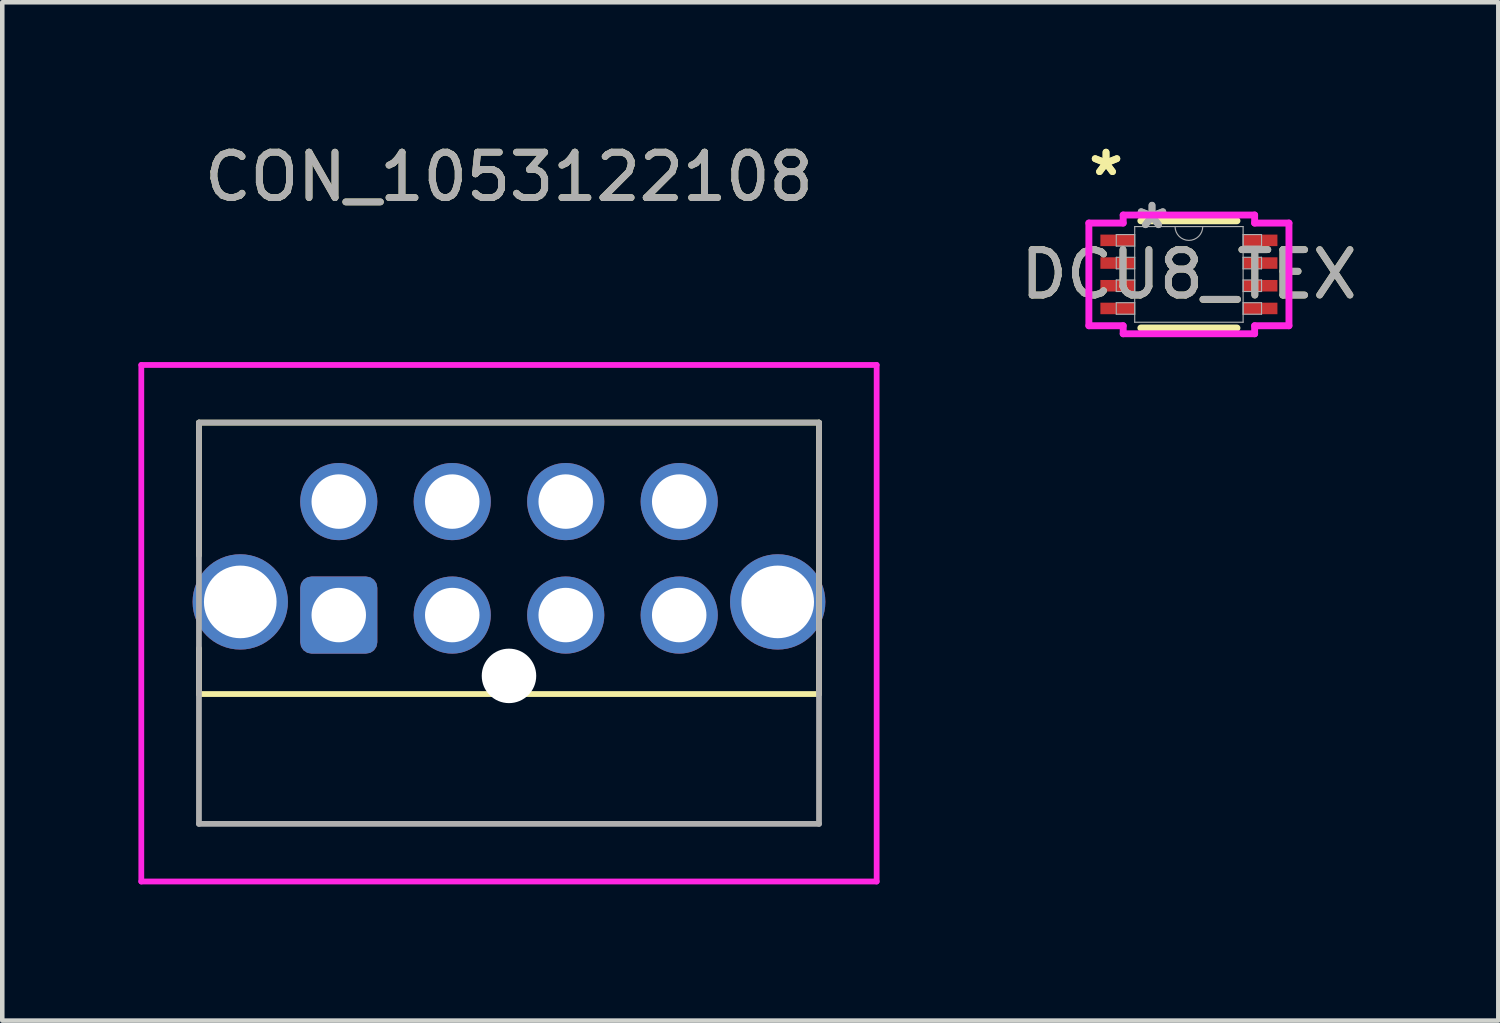
<source format=kicad_pcb>
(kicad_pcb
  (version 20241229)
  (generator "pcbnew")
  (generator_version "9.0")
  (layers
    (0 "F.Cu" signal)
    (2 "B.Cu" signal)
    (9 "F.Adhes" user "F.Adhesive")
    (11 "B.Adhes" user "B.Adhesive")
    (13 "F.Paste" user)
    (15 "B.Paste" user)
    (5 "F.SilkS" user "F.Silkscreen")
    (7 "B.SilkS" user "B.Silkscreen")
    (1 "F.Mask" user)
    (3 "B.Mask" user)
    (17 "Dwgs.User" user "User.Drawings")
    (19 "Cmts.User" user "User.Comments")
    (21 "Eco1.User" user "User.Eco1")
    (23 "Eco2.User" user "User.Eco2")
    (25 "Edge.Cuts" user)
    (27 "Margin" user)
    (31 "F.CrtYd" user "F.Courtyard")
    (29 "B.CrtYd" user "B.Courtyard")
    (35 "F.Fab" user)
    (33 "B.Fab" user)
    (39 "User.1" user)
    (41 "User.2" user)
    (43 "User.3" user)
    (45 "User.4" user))
  (footprint "DCU8_TEX"
    (layer "F.Cu")
    (at 23.142 2.995)
    (property "Reference" "DCU8_TEX" (at 0 0 0) (unlocked yes) (layer "F.SilkS") (effects (font (size 1 1) (thickness 0.15))))
    (attr smd)
    (fp_line (start -1.059 1.181) (end 1.059 1.181) (stroke (width 0.152) (type solid)) (layer "F.SilkS"))
    (fp_line (start 1.059 -1.181) (end -1.059 -1.181) (stroke (width 0.152) (type solid)) (layer "F.SilkS"))
    (fp_line (start -2.204 -1.131) (end -1.448 -1.131) (stroke (width 0.152) (type solid)) (layer "F.CrtYd"))
    (fp_line (start -2.204 1.131) (end -2.204 -1.131) (stroke (width 0.152) (type solid)) (layer "F.CrtYd"))
    (fp_line (start -2.204 1.131) (end -1.448 1.131) (stroke (width 0.152) (type solid)) (layer "F.CrtYd"))
    (fp_line (start -1.448 -1.308) (end 1.448 -1.308) (stroke (width 0.152) (type solid)) (layer "F.CrtYd"))
    (fp_line (start -1.448 -1.131) (end -1.448 -1.308) (stroke (width 0.152) (type solid)) (layer "F.CrtYd"))
    (fp_line (start -1.448 1.308) (end -1.448 1.131) (stroke (width 0.152) (type solid)) (layer "F.CrtYd"))
    (fp_line (start 1.448 -1.308) (end 1.448 -1.131) (stroke (width 0.152) (type solid)) (layer "F.CrtYd"))
    (fp_line (start 1.448 1.131) (end 1.448 1.308) (stroke (width 0.152) (type solid)) (layer "F.CrtYd"))
    (fp_line (start 1.448 1.308) (end -1.448 1.308) (stroke (width 0.152) (type solid)) (layer "F.CrtYd"))
    (fp_line (start 2.204 -1.131) (end 1.448 -1.131) (stroke (width 0.152) (type solid)) (layer "F.CrtYd"))
    (fp_line (start 2.204 -1.131) (end 2.204 1.131) (stroke (width 0.152) (type solid)) (layer "F.CrtYd"))
    (fp_line (start 2.204 1.131) (end 1.448 1.131) (stroke (width 0.152) (type solid)) (layer "F.CrtYd"))
    (fp_line (start -1.6 -0.877) (end -1.6 -0.623) (stroke (width 0.025) (type solid)) (layer "F.Fab"))
    (fp_line (start -1.6 -0.623) (end -1.194 -0.623) (stroke (width 0.025) (type solid)) (layer "F.Fab"))
    (fp_line (start -1.6 -0.377) (end -1.6 -0.123) (stroke (width 0.025) (type solid)) (layer "F.Fab"))
    (fp_line (start -1.6 -0.123) (end -1.194 -0.123) (stroke (width 0.025) (type solid)) (layer "F.Fab"))
    (fp_line (start -1.6 0.123) (end -1.6 0.377) (stroke (width 0.025) (type solid)) (layer "F.Fab"))
    (fp_line (start -1.6 0.377) (end -1.194 0.377) (stroke (width 0.025) (type solid)) (layer "F.Fab"))
    (fp_line (start -1.6 0.623) (end -1.6 0.877) (stroke (width 0.025) (type solid)) (layer "F.Fab"))
    (fp_line (start -1.6 0.877) (end -1.194 0.877) (stroke (width 0.025) (type solid)) (layer "F.Fab"))
    (fp_line (start -1.194 -1.054) (end -1.194 1.054) (stroke (width 0.025) (type solid)) (layer "F.Fab"))
    (fp_line (start -1.194 -0.877) (end -1.6 -0.877) (stroke (width 0.025) (type solid)) (layer "F.Fab"))
    (fp_line (start -1.194 -0.623) (end -1.194 -0.877) (stroke (width 0.025) (type solid)) (layer "F.Fab"))
    (fp_line (start -1.194 -0.377) (end -1.6 -0.377) (stroke (width 0.025) (type solid)) (layer "F.Fab"))
    (fp_line (start -1.194 -0.123) (end -1.194 -0.377) (stroke (width 0.025) (type solid)) (layer "F.Fab"))
    (fp_line (start -1.194 0.123) (end -1.6 0.123) (stroke (width 0.025) (type solid)) (layer "F.Fab"))
    (fp_line (start -1.194 0.377) (end -1.194 0.123) (stroke (width 0.025) (type solid)) (layer "F.Fab"))
    (fp_line (start -1.194 0.623) (end -1.6 0.623) (stroke (width 0.025) (type solid)) (layer "F.Fab"))
    (fp_line (start -1.194 0.877) (end -1.194 0.623) (stroke (width 0.025) (type solid)) (layer "F.Fab"))
    (fp_line (start -1.194 1.054) (end 1.194 1.054) (stroke (width 0.025) (type solid)) (layer "F.Fab"))
    (fp_line (start 1.194 -1.054) (end -1.194 -1.054) (stroke (width 0.025) (type solid)) (layer "F.Fab"))
    (fp_line (start 1.194 -0.877) (end 1.194 -0.623) (stroke (width 0.025) (type solid)) (layer "F.Fab"))
    (fp_line (start 1.194 -0.623) (end 1.6 -0.623) (stroke (width 0.025) (type solid)) (layer "F.Fab"))
    (fp_line (start 1.194 -0.377) (end 1.194 -0.123) (stroke (width 0.025) (type solid)) (layer "F.Fab"))
    (fp_line (start 1.194 -0.123) (end 1.6 -0.123) (stroke (width 0.025) (type solid)) (layer "F.Fab"))
    (fp_line (start 1.194 0.123) (end 1.194 0.377) (stroke (width 0.025) (type solid)) (layer "F.Fab"))
    (fp_line (start 1.194 0.377) (end 1.6 0.377) (stroke (width 0.025) (type solid)) (layer "F.Fab"))
    (fp_line (start 1.194 0.623) (end 1.194 0.877) (stroke (width 0.025) (type solid)) (layer "F.Fab"))
    (fp_line (start 1.194 0.877) (end 1.6 0.877) (stroke (width 0.025) (type solid)) (layer "F.Fab"))
    (fp_line (start 1.194 1.054) (end 1.194 -1.054) (stroke (width 0.025) (type solid)) (layer "F.Fab"))
    (fp_line (start 1.6 -0.877) (end 1.194 -0.877) (stroke (width 0.025) (type solid)) (layer "F.Fab"))
    (fp_line (start 1.6 -0.623) (end 1.6 -0.877) (stroke (width 0.025) (type solid)) (layer "F.Fab"))
    (fp_line (start 1.6 -0.377) (end 1.194 -0.377) (stroke (width 0.025) (type solid)) (layer "F.Fab"))
    (fp_line (start 1.6 -0.123) (end 1.6 -0.377) (stroke (width 0.025) (type solid)) (layer "F.Fab"))
    (fp_line (start 1.6 0.123) (end 1.194 0.123) (stroke (width 0.025) (type solid)) (layer "F.Fab"))
    (fp_line (start 1.6 0.377) (end 1.6 0.123) (stroke (width 0.025) (type solid)) (layer "F.Fab"))
    (fp_line (start 1.6 0.623) (end 1.194 0.623) (stroke (width 0.025) (type solid)) (layer "F.Fab"))
    (fp_line (start 1.6 0.877) (end 1.6 0.623) (stroke (width 0.025) (type solid)) (layer "F.Fab"))
    (fp_arc (start 0.3048 -1.0541) (mid 0 -0.7493) (end -0.3048 -1.0541) (stroke (width 0.0254) (type solid)) (layer "F.Fab"))
    (fp_text user "*" (at -1.826 -2.147 0) (layer "F.SilkS") (effects (font (size 1 1) (thickness 0.15))))
    (fp_text user "*" (at -1.826 -2.147 0) (unlocked yes) (layer "F.SilkS") (effects (font (size 1 1) (thickness 0.15))))
    (fp_text user "*" (at -0.813 -0.978 0) (unlocked yes) (layer "F.Fab") (effects (font (size 1 1) (thickness 0.15))))
    (fp_text user "*" (at -0.813 -0.978 0) (layer "F.Fab") (effects (font (size 1 1) (thickness 0.15))))
    (fp_text user "${REFERENCE}" (at 0 0 0) (unlocked yes) (layer "F.Fab") (effects (font (size 1 1) (thickness 0.15))))
    (pad "1" smd rect (at -1.572 -0.75) (size 0.756 0.254) (layers "F.Cu" "F.Mask" "F.Paste"))
    (pad "2" smd rect (at -1.572 -0.25) (size 0.756 0.254) (layers "F.Cu" "F.Mask" "F.Paste"))
    (pad "3" smd rect (at -1.572 0.25) (size 0.756 0.254) (layers "F.Cu" "F.Mask" "F.Paste"))
    (pad "4" smd rect (at -1.572 0.75) (size 0.756 0.254) (layers "F.Cu" "F.Mask" "F.Paste"))
    (pad "5" smd rect (at 1.572 0.75) (size 0.756 0.254) (layers "F.Cu" "F.Mask" "F.Paste"))
    (pad "6" smd rect (at 1.572 0.25) (size 0.756 0.254) (layers "F.Cu" "F.Mask" "F.Paste"))
    (pad "7" smd rect (at 1.572 -0.25) (size 0.756 0.254) (layers "F.Cu" "F.Mask" "F.Paste"))
    (pad "8" smd rect (at 1.572 -0.75) (size 0.756 0.254) (layers "F.Cu" "F.Mask" "F.Paste")))
  (footprint "CON_1053122108"
    (layer "F.Cu")
    (at 4.413 10.5)
    (property "Reference" "CON_1053122108" (at 3.75 -9.652 0) (unlocked yes) (layer "F.SilkS") (effects (font (size 1 1) (thickness 0.15))))
    (attr through_hole)
    (fp_line (start -3.08 -4.24) (end -3.08 -1.314) (stroke (width 0.127) (type solid)) (layer "F.SilkS"))
    (fp_line (start -3.08 0.734) (end -3.08 1.74) (stroke (width 0.127) (type solid)) (layer "F.SilkS"))
    (fp_line (start -3.08 1.74) (end 10.58 1.74) (stroke (width 0.127) (type solid)) (layer "F.SilkS"))
    (fp_line (start 10.58 -4.24) (end -3.08 -4.24) (stroke (width 0.127) (type solid)) (layer "F.SilkS"))
    (fp_line (start 10.58 0.734) (end 10.58 -4.24) (stroke (width 0.127) (type solid)) (layer "F.SilkS"))
    (fp_line (start 10.58 1.74) (end 10.58 0.734) (stroke (width 0.127) (type solid)) (layer "F.SilkS"))
    (fp_line (start -4.35 -5.51) (end -4.35 5.87) (stroke (width 0.127) (type solid)) (layer "F.CrtYd"))
    (fp_line (start -4.35 5.87) (end 11.85 5.87) (stroke (width 0.127) (type solid)) (layer "F.CrtYd"))
    (fp_line (start 11.85 -5.51) (end -4.35 -5.51) (stroke (width 0.127) (type solid)) (layer "F.CrtYd"))
    (fp_line (start 11.85 5.87) (end 11.85 -5.51) (stroke (width 0.127) (type solid)) (layer "F.CrtYd"))
    (fp_line (start -3.08 -4.24) (end -3.08 4.6) (stroke (width 0.127) (type solid)) (layer "F.Fab"))
    (fp_line (start -3.08 4.6) (end 10.58 4.6) (stroke (width 0.127) (type solid)) (layer "F.Fab"))
    (fp_line (start 10.58 -4.24) (end -3.08 -4.24) (stroke (width 0.127) (type solid)) (layer "F.Fab"))
    (fp_line (start 10.58 4.6) (end 10.58 -4.24) (stroke (width 0.127) (type solid)) (layer "F.Fab"))
    (fp_text user "${REFERENCE}" (at 3.75 -9.652 0) (unlocked yes) (layer "F.Fab") (effects (font (size 1 1) (thickness 0.15))))
    (pad "" np_thru_hole circle (at 3.75 1.34 90) (size 1.2 1.2) (drill 1.3) (layers "*.Cu" "*.Mask"))
    (pad "1" thru_hole roundrect (at 0 0) (size 1.7 1.7) (drill 1.2) (layers "*.Cu" "*.Mask") (roundrect_rratio 0.147))
    (pad "2" thru_hole circle (at 2.5 0) (size 1.7 1.7) (drill 1.2) (layers "*.Cu" "*.Mask"))
    (pad "3" thru_hole circle (at 5 0) (size 1.7 1.7) (drill 1.2) (layers "*.Cu" "*.Mask"))
    (pad "4" thru_hole circle (at 7.5 0) (size 1.7 1.7) (drill 1.2) (layers "*.Cu" "*.Mask"))
    (pad "5" thru_hole circle (at 0 -2.5) (size 1.7 1.7) (drill 1.2) (layers "*.Cu" "*.Mask"))
    (pad "6" thru_hole circle (at 2.5 -2.5) (size 1.7 1.7) (drill 1.2) (layers "*.Cu" "*.Mask"))
    (pad "7" thru_hole circle (at 5 -2.5) (size 1.7 1.7) (drill 1.2) (layers "*.Cu" "*.Mask"))
    (pad "8" thru_hole circle (at 7.5 -2.5) (size 1.7 1.7) (drill 1.2) (layers "*.Cu" "*.Mask"))
    (pad "P1" thru_hole circle (at -2.17 -0.29) (size 2.1 2.1) (drill 1.6) (layers "*.Cu" "*.Mask"))
    (pad "P2" thru_hole circle (at 9.67 -0.29) (size 2.1 2.1) (drill 1.6) (layers "*.Cu" "*.Mask")))
  (gr_rect
    (start -3 -3)
    (end 29.958 19.434)
    (stroke (width 0.1) (type default))
    (fill no)
    (layer "Edge.Cuts")))
</source>
